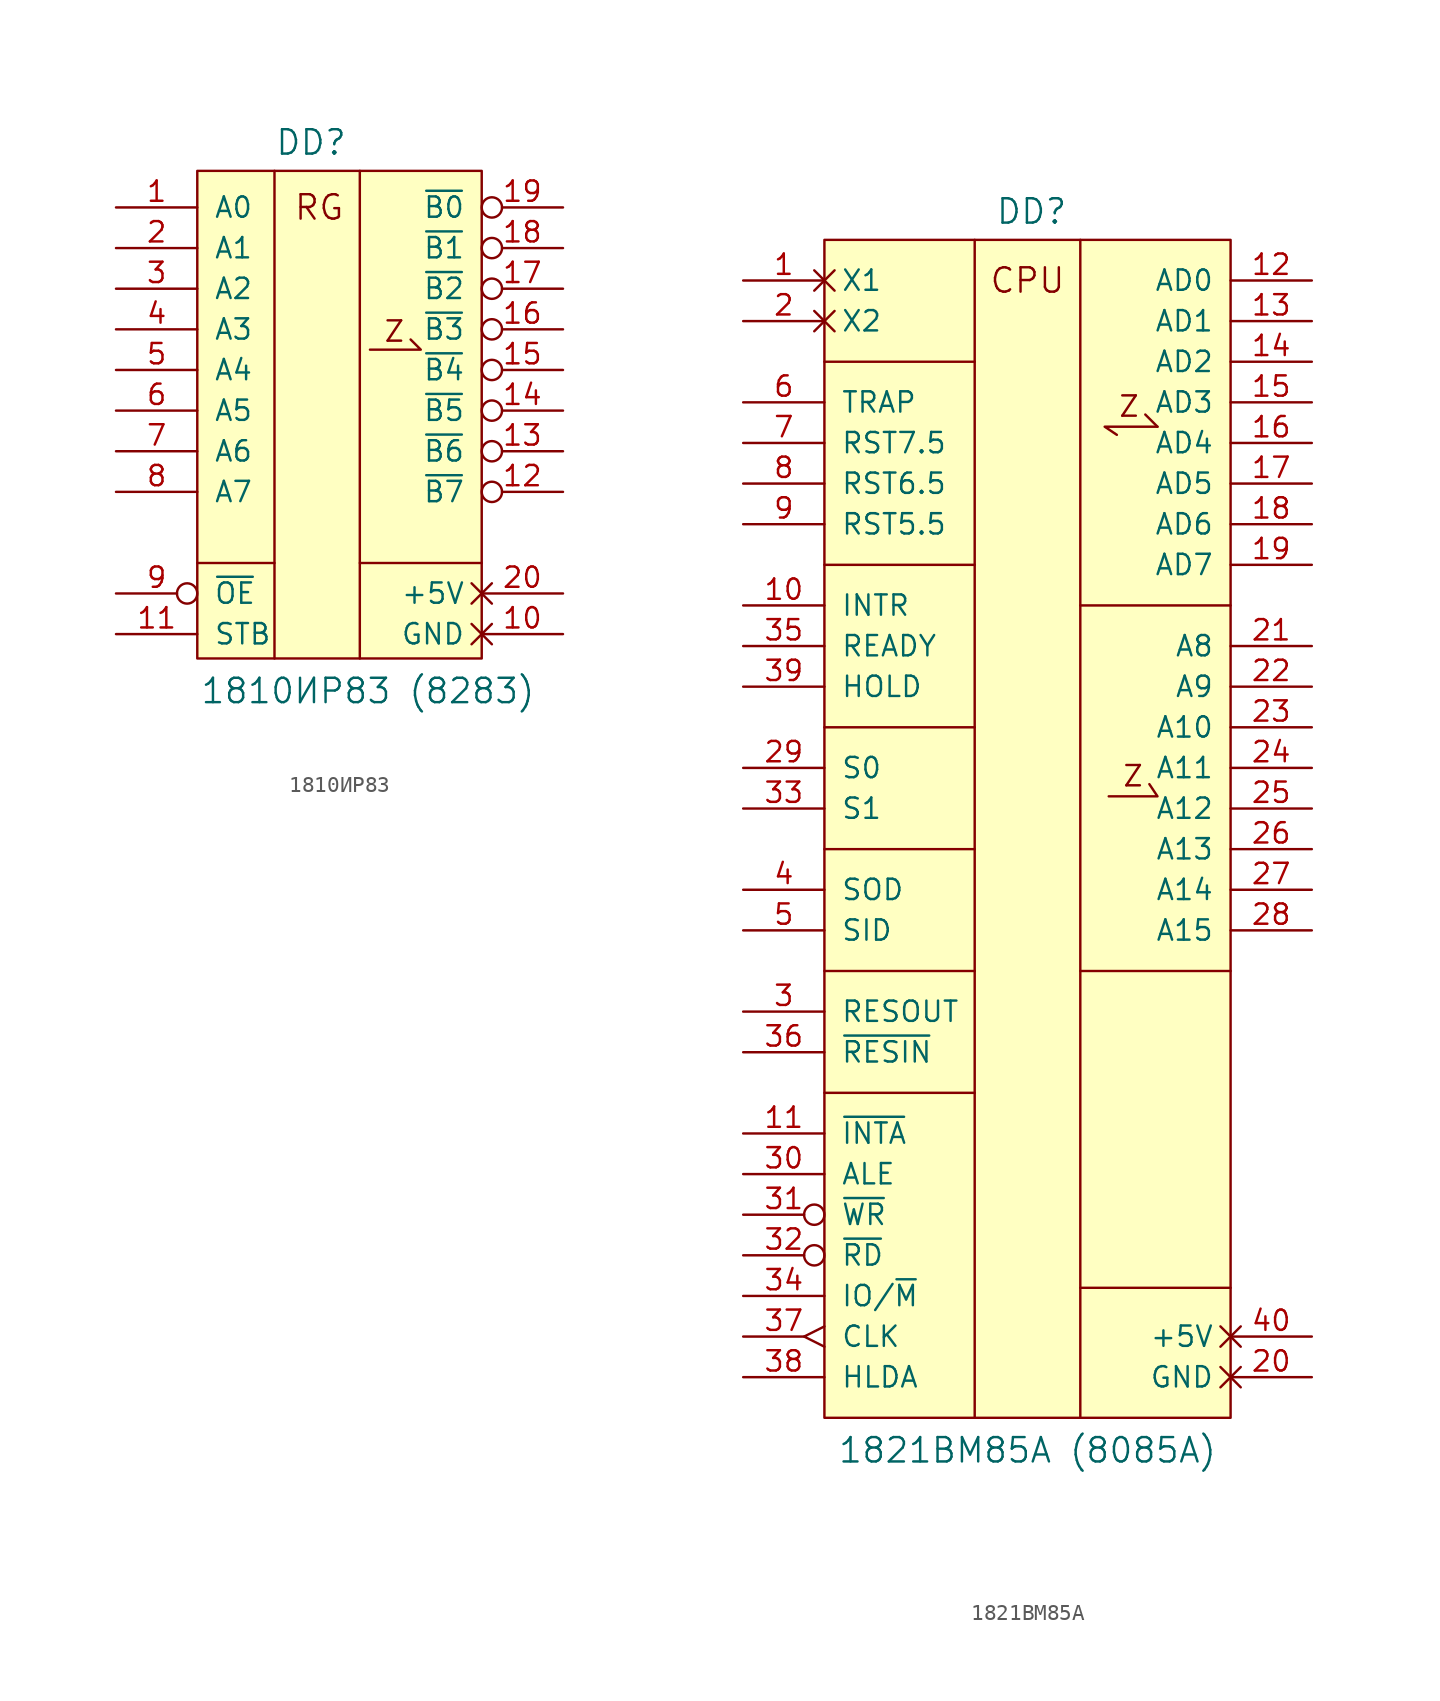
<source format=kicad_sym>
(kicad_symbol_lib
  (version 20231120)
  (generator "kicad_symbol_editor")
  (generator_version "8.0")
  (symbol "1810ИР83"
    (pin_names
      (offset 1.016))
    (property "Reference" "DD"
      (at -1.778 16.764 0)
      (effects (font (size 1.524 1.524))))
    (property "Value" "1810ИР83 (8283)"
      (at 1.778 -17.526 0)
      (effects (font (size 1.524 1.524))))
    (symbol "1810ИР83_0_0"
      (polyline (pts (xy -8.89 -9.525) (xy -4.064 -9.525)) (stroke (width 0) (type solid)) (fill (type none)))
      (polyline (pts (xy -4.064 14.986) (xy -4.064 -15.494)) (stroke (width 0) (type solid)) (fill (type none)))
      (polyline (pts (xy 1.27 -9.525) (xy 8.89 -9.525)) (stroke (width 0) (type solid)) (fill (type none)))
      (polyline (pts (xy 1.27 14.986) (xy 1.27 -15.494)) (stroke (width 0) (type solid)) (fill (type none)))
      (polyline (pts (xy 4.445 4.445) (xy 5.08 3.81) (xy 1.905 3.81)) (stroke (width 0) (type default)) (fill (type none)))
      (text "RG" (at -1.27 12.7 0) (effects (font (size 1.524 1.524)))))
    (symbol "1810ИР83_0_1"
      (pin input line (at -13.97 12.7 0) (length 5.08) (name "A0" (effects (font (size 1.27 1.27)))) (number "1" (effects (font (size 1.27 1.27)))))
      (pin input line (at -13.97 -13.97 0) (length 5.08) (name "STB" (effects (font (size 1.27 1.27)))) (number "11" (effects (font (size 1.27 1.27)))))
      (pin input line (at -13.97 10.16 0) (length 5.08) (name "A1" (effects (font (size 1.27 1.27)))) (number "2" (effects (font (size 1.27 1.27)))))
      (pin input line (at -13.97 7.62 0) (length 5.08) (name "A2" (effects (font (size 1.27 1.27)))) (number "3" (effects (font (size 1.27 1.27)))))
      (pin input line (at -13.97 5.08 0) (length 5.08) (name "A3" (effects (font (size 1.27 1.27)))) (number "4" (effects (font (size 1.27 1.27)))))
      (pin input line (at -13.97 2.54 0) (length 5.08) (name "A4" (effects (font (size 1.27 1.27)))) (number "5" (effects (font (size 1.27 1.27)))))
      (pin input line (at -13.97 0 0) (length 5.08) (name "A5" (effects (font (size 1.27 1.27)))) (number "6" (effects (font (size 1.27 1.27)))))
      (pin input line (at -13.97 -2.54 0) (length 5.08) (name "A6" (effects (font (size 1.27 1.27)))) (number "7" (effects (font (size 1.27 1.27)))))
      (pin input line (at -13.97 -5.08 0) (length 5.08) (name "A7" (effects (font (size 1.27 1.27)))) (number "8" (effects (font (size 1.27 1.27)))))
      (pin input inverted (at -13.97 -11.43 0) (length 5.08) (name "~{OE}" (effects (font (size 1.27 1.27)))) (number "9" (effects (font (size 1.27 1.27))))))
    (symbol "1810ИР83_1_0"
      (rectangle (start -8.89 14.986) (end 8.89 -15.494) (stroke (width 0) (type solid)) (fill (type background)))
      (text "Z" (at 3.429 4.953 0) (effects (font (size 1.27 1.27)))))
    (symbol "1810ИР83_1_1"
      (pin power_in non_logic (at 13.97 -13.97 180) (length 5.08) (name "GND" (effects (font (size 1.27 1.27)))) (number "10" (effects (font (size 1.27 1.27)))))
      (pin tri_state inverted (at 13.97 -5.08 180) (length 5.08) (name "~{B7}" (effects (font (size 1.27 1.27)))) (number "12" (effects (font (size 1.27 1.27)))))
      (pin tri_state inverted (at 13.97 -2.54 180) (length 5.08) (name "~{B6}" (effects (font (size 1.27 1.27)))) (number "13" (effects (font (size 1.27 1.27)))))
      (pin tri_state inverted (at 13.97 0 180) (length 5.08) (name "~{B5}" (effects (font (size 1.27 1.27)))) (number "14" (effects (font (size 1.27 1.27)))))
      (pin tri_state inverted (at 13.97 2.54 180) (length 5.08) (name "~{B4}" (effects (font (size 1.27 1.27)))) (number "15" (effects (font (size 1.27 1.27)))))
      (pin tri_state inverted (at 13.97 5.08 180) (length 5.08) (name "~{B3}" (effects (font (size 1.27 1.27)))) (number "16" (effects (font (size 1.27 1.27)))))
      (pin tri_state inverted (at 13.97 7.62 180) (length 5.08) (name "~{B2}" (effects (font (size 1.27 1.27)))) (number "17" (effects (font (size 1.27 1.27)))))
      (pin tri_state inverted (at 13.97 10.16 180) (length 5.08) (name "~{B1}" (effects (font (size 1.27 1.27)))) (number "18" (effects (font (size 1.27 1.27)))))
      (pin tri_state inverted (at 13.97 12.7 180) (length 5.08) (name "~{B0}" (effects (font (size 1.27 1.27)))) (number "19" (effects (font (size 1.27 1.27)))))
      (pin power_in non_logic (at 13.97 -11.43 180) (length 5.08) (name "+5V" (effects (font (size 1.27 1.27)))) (number "20" (effects (font (size 1.27 1.27)))))))
  (symbol "1821ВМ85А"
    (pin_names
      (offset 1.016))
    (property "Reference" "DD"
      (at 0.254 38.608 0)
      (effects (font (size 1.524 1.524))))
    (property "Value" "1821ВМ85А (8085A)"
      (at 0 -38.862 0)
      (effects (font (size 1.524 1.524))))
    (symbol "1821ВМ85А_0_0"
      (polyline (pts (xy -12.7 -16.51) (xy -3.302 -16.51)) (stroke (width 0) (type solid)) (fill (type none)))
      (polyline (pts (xy -12.7 -8.89) (xy -3.302 -8.89)) (stroke (width 0) (type solid)) (fill (type none)))
      (polyline (pts (xy -12.7 -1.27) (xy -3.302 -1.27)) (stroke (width 0) (type solid)) (fill (type none)))
      (polyline (pts (xy -12.7 6.35) (xy -3.302 6.35)) (stroke (width 0) (type solid)) (fill (type none)))
      (polyline (pts (xy -12.7 16.51) (xy -3.302 16.51)) (stroke (width 0) (type solid)) (fill (type none)))
      (polyline (pts (xy -12.7 29.21) (xy -3.302 29.21)) (stroke (width 0) (type solid)) (fill (type none)))
      (polyline (pts (xy 3.302 -28.702) (xy 12.7 -28.702)) (stroke (width 0) (type solid)) (fill (type none)))
      (polyline (pts (xy 3.302 -8.89) (xy 12.7 -8.89)) (stroke (width 0) (type solid)) (fill (type none)))
      (polyline (pts (xy 3.302 13.97) (xy 12.7 13.97)) (stroke (width 0) (type solid)) (fill (type none)))
      (polyline (pts (xy 8.128 25.146) (xy 7.366 25.908)) (stroke (width 0) (type default)) (fill (type none)))
      (polyline (pts (xy 5.588 24.638) (xy 4.826 25.146) (xy 8.128 25.146)) (stroke (width 0) (type default)) (fill (type none)))
      (polyline (pts (xy 7.62 2.794) (xy 8.128 2.032) (xy 5.08 2.032)) (stroke (width 0) (type default)) (fill (type none)))
      (text "CPU" (at 0 34.29 0) (effects (font (size 1.524 1.524)))))
    (symbol "1821ВМ85А_0_1"
      (polyline (pts (xy -3.302 36.83) (xy -3.302 -36.83)) (stroke (width 0) (type solid)) (fill (type none)))
      (polyline (pts (xy 3.302 36.83) (xy 3.302 -36.83)) (stroke (width 0) (type solid)) (fill (type none))))
    (symbol "1821ВМ85А_1_0"
      (text "Z" (at 6.35 26.416 0) (effects (font (size 1.27 1.27))))
      (text "Z" (at 6.604 3.302 0) (effects (font (size 1.27 1.27)))))
    (symbol "1821ВМ85А_1_1"
      (rectangle (start -12.7 36.83) (end 12.7 -36.83) (stroke (width 0) (type solid)) (fill (type background)))
      (pin input non_logic (at -17.78 34.29 0) (length 5.08) (name "X1" (effects (font (size 1.27 1.27)))) (number "1" (effects (font (size 1.27 1.27)))))
      (pin input line (at -17.78 13.97 0) (length 5.08) (name "INTR" (effects (font (size 1.27 1.27)))) (number "10" (effects (font (size 1.27 1.27)))))
      (pin output line (at -17.78 -19.05 0) (length 5.08) (name "~{INTA}" (effects (font (size 1.27 1.27)))) (number "11" (effects (font (size 1.27 1.27)))))
      (pin bidirectional line (at 17.78 34.29 180) (length 5.08) (name "AD0" (effects (font (size 1.27 1.27)))) (number "12" (effects (font (size 1.27 1.27)))))
      (pin bidirectional line (at 17.78 31.75 180) (length 5.08) (name "AD1" (effects (font (size 1.27 1.27)))) (number "13" (effects (font (size 1.27 1.27)))))
      (pin bidirectional line (at 17.78 29.21 180) (length 5.08) (name "AD2" (effects (font (size 1.27 1.27)))) (number "14" (effects (font (size 1.27 1.27)))))
      (pin bidirectional line (at 17.78 26.67 180) (length 5.08) (name "AD3" (effects (font (size 1.27 1.27)))) (number "15" (effects (font (size 1.27 1.27)))))
      (pin bidirectional line (at 17.78 24.13 180) (length 5.08) (name "AD4" (effects (font (size 1.27 1.27)))) (number "16" (effects (font (size 1.27 1.27)))))
      (pin bidirectional line (at 17.78 21.59 180) (length 5.08) (name "AD5" (effects (font (size 1.27 1.27)))) (number "17" (effects (font (size 1.27 1.27)))))
      (pin bidirectional line (at 17.78 19.05 180) (length 5.08) (name "AD6" (effects (font (size 1.27 1.27)))) (number "18" (effects (font (size 1.27 1.27)))))
      (pin bidirectional line (at 17.78 16.51 180) (length 5.08) (name "AD7" (effects (font (size 1.27 1.27)))) (number "19" (effects (font (size 1.27 1.27)))))
      (pin input non_logic (at -17.78 31.75 0) (length 5.08) (name "X2" (effects (font (size 1.27 1.27)))) (number "2" (effects (font (size 1.27 1.27)))))
      (pin power_in non_logic (at 17.78 -34.29 180) (length 5.08) (name "GND" (effects (font (size 1.27 1.27)))) (number "20" (effects (font (size 1.27 1.27)))))
      (pin output line (at 17.78 11.43 180) (length 5.08) (name "A8" (effects (font (size 1.27 1.27)))) (number "21" (effects (font (size 1.27 1.27)))))
      (pin output line (at 17.78 8.89 180) (length 5.08) (name "A9" (effects (font (size 1.27 1.27)))) (number "22" (effects (font (size 1.27 1.27)))))
      (pin output line (at 17.78 6.35 180) (length 5.08) (name "A10" (effects (font (size 1.27 1.27)))) (number "23" (effects (font (size 1.27 1.27)))))
      (pin output line (at 17.78 3.81 180) (length 5.08) (name "A11" (effects (font (size 1.27 1.27)))) (number "24" (effects (font (size 1.27 1.27)))))
      (pin output line (at 17.78 1.27 180) (length 5.08) (name "A12" (effects (font (size 1.27 1.27)))) (number "25" (effects (font (size 1.27 1.27)))))
      (pin output line (at 17.78 -1.27 180) (length 5.08) (name "A13" (effects (font (size 1.27 1.27)))) (number "26" (effects (font (size 1.27 1.27)))))
      (pin output line (at 17.78 -3.81 180) (length 5.08) (name "A14" (effects (font (size 1.27 1.27)))) (number "27" (effects (font (size 1.27 1.27)))))
      (pin output line (at 17.78 -6.35 180) (length 5.08) (name "A15" (effects (font (size 1.27 1.27)))) (number "28" (effects (font (size 1.27 1.27)))))
      (pin output line (at -17.78 3.81 0) (length 5.08) (name "S0" (effects (font (size 1.27 1.27)))) (number "29" (effects (font (size 1.27 1.27)))))
      (pin output line (at -17.78 -11.43 0) (length 5.08) (name "RESOUT" (effects (font (size 1.27 1.27)))) (number "3" (effects (font (size 1.27 1.27)))))
      (pin output line (at -17.78 -21.59 0) (length 5.08) (name "ALE" (effects (font (size 1.27 1.27)))) (number "30" (effects (font (size 1.27 1.27)))))
      (pin output inverted (at -17.78 -24.13 0) (length 5.08) (name "~{WR}" (effects (font (size 1.27 1.27)))) (number "31" (effects (font (size 1.27 1.27)))))
      (pin output inverted (at -17.78 -26.67 0) (length 5.08) (name "~{RD}" (effects (font (size 1.27 1.27)))) (number "32" (effects (font (size 1.27 1.27)))))
      (pin output line (at -17.78 1.27 0) (length 5.08) (name "S1" (effects (font (size 1.27 1.27)))) (number "33" (effects (font (size 1.27 1.27)))))
      (pin output line (at -17.78 -29.21 0) (length 5.08) (name "IO/~{M}" (effects (font (size 1.27 1.27)))) (number "34" (effects (font (size 1.27 1.27)))))
      (pin input line (at -17.78 11.43 0) (length 5.08) (name "READY" (effects (font (size 1.27 1.27)))) (number "35" (effects (font (size 1.27 1.27)))))
      (pin input line (at -17.78 -13.97 0) (length 5.08) (name "~{RESIN}" (effects (font (size 1.27 1.27)))) (number "36" (effects (font (size 1.27 1.27)))))
      (pin output edge_clock_high (at -17.78 -31.75 0) (length 5.08) (name "CLK" (effects (font (size 1.27 1.27)))) (number "37" (effects (font (size 1.27 1.27)))))
      (pin output line (at -17.78 -34.29 0) (length 5.08) (name "HLDA" (effects (font (size 1.27 1.27)))) (number "38" (effects (font (size 1.27 1.27)))))
      (pin input line (at -17.78 8.89 0) (length 5.08) (name "HOLD" (effects (font (size 1.27 1.27)))) (number "39" (effects (font (size 1.27 1.27)))))
      (pin output line (at -17.78 -3.81 0) (length 5.08) (name "SOD" (effects (font (size 1.27 1.27)))) (number "4" (effects (font (size 1.27 1.27)))))
      (pin power_in non_logic (at 17.78 -31.75 180) (length 5.08) (name "+5V" (effects (font (size 1.27 1.27)))) (number "40" (effects (font (size 1.27 1.27)))))
      (pin input line (at -17.78 -6.35 0) (length 5.08) (name "SID" (effects (font (size 1.27 1.27)))) (number "5" (effects (font (size 1.27 1.27)))))
      (pin input line (at -17.78 26.67 0) (length 5.08) (name "TRAP" (effects (font (size 1.27 1.27)))) (number "6" (effects (font (size 1.27 1.27)))))
      (pin input line (at -17.78 24.13 0) (length 5.08) (name "RST7.5" (effects (font (size 1.27 1.27)))) (number "7" (effects (font (size 1.27 1.27)))))
      (pin input line (at -17.78 21.59 0) (length 5.08) (name "RST6.5" (effects (font (size 1.27 1.27)))) (number "8" (effects (font (size 1.27 1.27)))))
      (pin input line (at -17.78 19.05 0) (length 5.08) (name "RST5.5" (effects (font (size 1.27 1.27)))) (number "9" (effects (font (size 1.27 1.27))))))))
</source>
